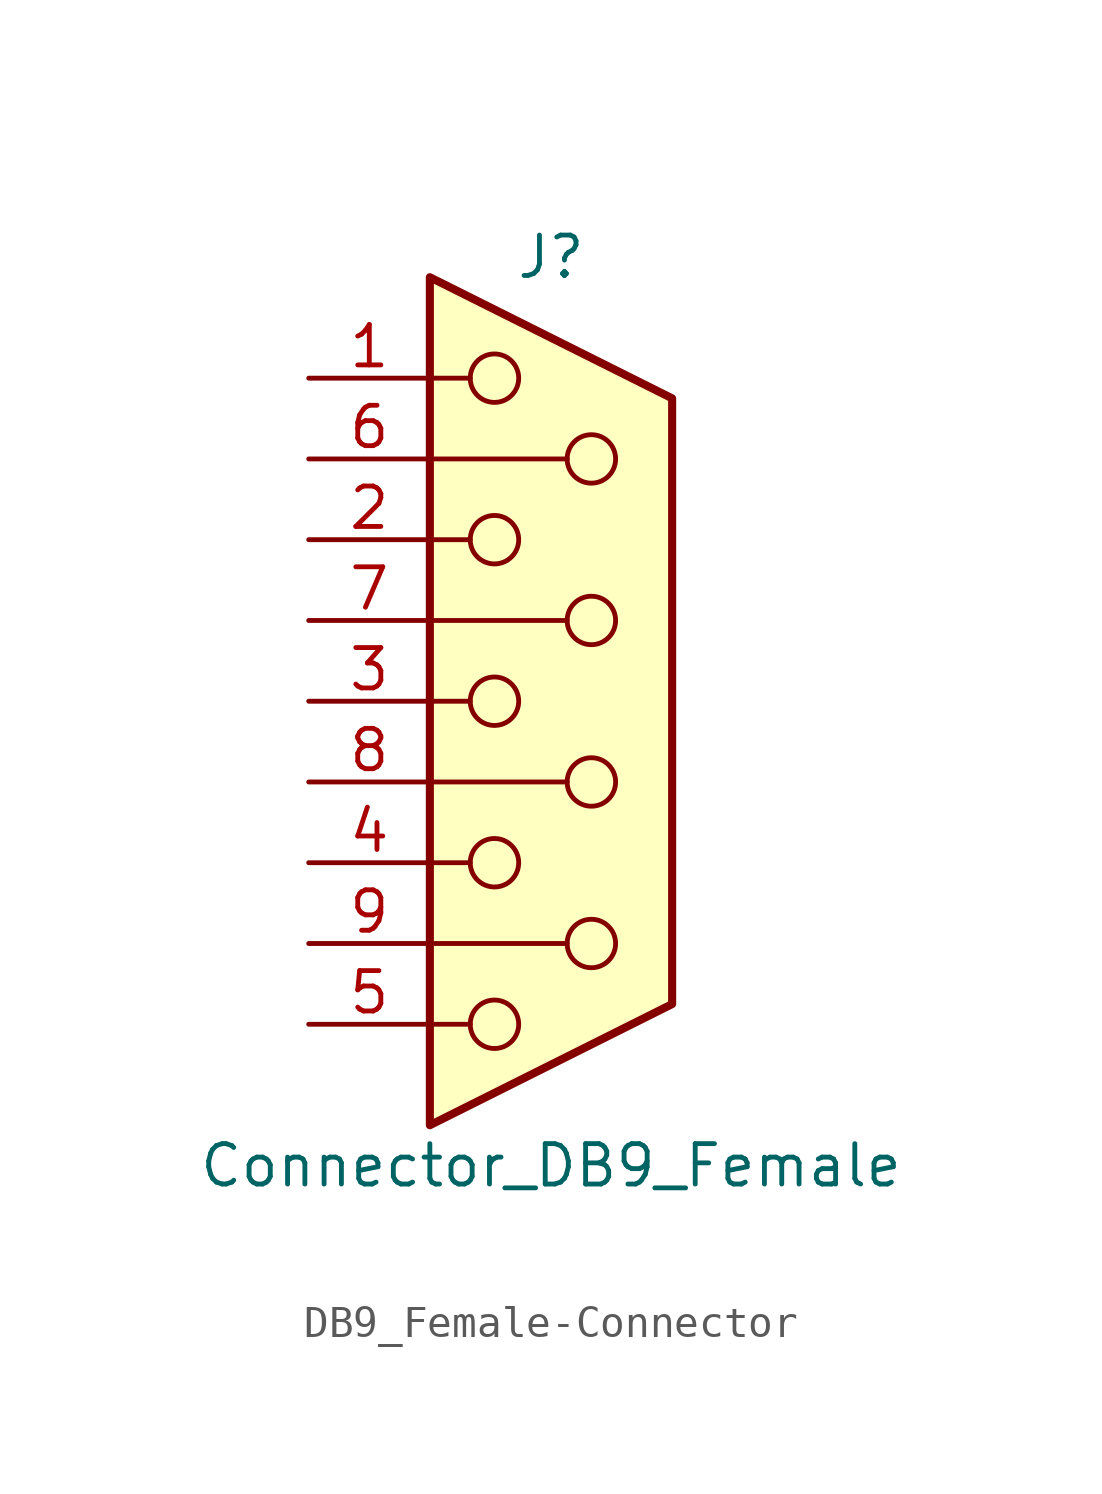
<source format=kicad_sym>
(kicad_symbol_lib
  (version 20231120)
  (generator "kicad_symbol_editor")
  (generator_version "8.0")
  (symbol "DB9_Female-Connector"
    (pin_names
      (offset 1.016) hide)
    (property "Reference" "J"
      (at 0 13.97 0)
      (effects (font (size 1.27 1.27))))
    (property "Value" "Connector_DB9_Female"
      (at 0 -14.605 0)
      (effects (font (size 1.27 1.27))))
    (symbol "DB9_Female-Connector_0_1"
      (circle (center -1.778 -10.16) (radius 0.762) (stroke (width 0) (type solid)) (fill (type none)))
      (circle (center -1.778 -5.08) (radius 0.762) (stroke (width 0) (type solid)) (fill (type none)))
      (circle (center -1.778 0) (radius 0.762) (stroke (width 0) (type solid)) (fill (type none)))
      (circle (center -1.778 5.08) (radius 0.762) (stroke (width 0) (type solid)) (fill (type none)))
      (circle (center -1.778 10.16) (radius 0.762) (stroke (width 0) (type solid)) (fill (type none)))
      (polyline (pts (xy -3.81 -10.16) (xy -2.54 -10.16)) (stroke (width 0) (type solid)) (fill (type none)))
      (polyline (pts (xy -3.81 -7.62) (xy 0.508 -7.62)) (stroke (width 0) (type solid)) (fill (type none)))
      (polyline (pts (xy -3.81 -5.08) (xy -2.54 -5.08)) (stroke (width 0) (type solid)) (fill (type none)))
      (polyline (pts (xy -3.81 -2.54) (xy 0.508 -2.54)) (stroke (width 0) (type solid)) (fill (type none)))
      (polyline (pts (xy -3.81 0) (xy -2.54 0)) (stroke (width 0) (type solid)) (fill (type none)))
      (polyline (pts (xy -3.81 2.54) (xy 0.508 2.54)) (stroke (width 0) (type solid)) (fill (type none)))
      (polyline (pts (xy -3.81 5.08) (xy -2.54 5.08)) (stroke (width 0) (type solid)) (fill (type none)))
      (polyline (pts (xy -3.81 7.62) (xy 0.508 7.62)) (stroke (width 0) (type solid)) (fill (type none)))
      (polyline (pts (xy -3.81 10.16) (xy -2.54 10.16)) (stroke (width 0) (type solid)) (fill (type none)))
      (polyline (pts (xy -3.81 13.335) (xy -3.81 -13.335) (xy 3.81 -9.525) (xy 3.81 9.525) (xy -3.81 13.335)) (stroke (width 0.254) (type solid)) (fill (type background)))
      (circle (center 1.27 -7.62) (radius 0.762) (stroke (width 0) (type solid)) (fill (type none)))
      (circle (center 1.27 -2.54) (radius 0.762) (stroke (width 0) (type solid)) (fill (type none)))
      (circle (center 1.27 2.54) (radius 0.762) (stroke (width 0) (type solid)) (fill (type none)))
      (circle (center 1.27 7.62) (radius 0.762) (stroke (width 0) (type solid)) (fill (type none))))
    (symbol "DB9_Female-Connector_1_1"
      (pin passive line (at -7.62 10.16 0) (length 3.81) (name "1" (effects (font (size 1.27 1.27)))) (number "1" (effects (font (size 1.27 1.27)))))
      (pin passive line (at -7.62 5.08 0) (length 3.81) (name "2" (effects (font (size 1.27 1.27)))) (number "2" (effects (font (size 1.27 1.27)))))
      (pin passive line (at -7.62 0 0) (length 3.81) (name "3" (effects (font (size 1.27 1.27)))) (number "3" (effects (font (size 1.27 1.27)))))
      (pin passive line (at -7.62 -5.08 0) (length 3.81) (name "4" (effects (font (size 1.27 1.27)))) (number "4" (effects (font (size 1.27 1.27)))))
      (pin passive line (at -7.62 -10.16 0) (length 3.81) (name "5" (effects (font (size 1.27 1.27)))) (number "5" (effects (font (size 1.27 1.27)))))
      (pin passive line (at -7.62 7.62 0) (length 3.81) (name "6" (effects (font (size 1.27 1.27)))) (number "6" (effects (font (size 1.27 1.27)))))
      (pin passive line (at -7.62 2.54 0) (length 3.81) (name "7" (effects (font (size 1.27 1.27)))) (number "7" (effects (font (size 1.27 1.27)))))
      (pin passive line (at -7.62 -2.54 0) (length 3.81) (name "8" (effects (font (size 1.27 1.27)))) (number "8" (effects (font (size 1.27 1.27)))))
      (pin passive line (at -7.62 -7.62 0) (length 3.81) (name "9" (effects (font (size 1.27 1.27)))) (number "9" (effects (font (size 1.27 1.27))))))))
</source>
